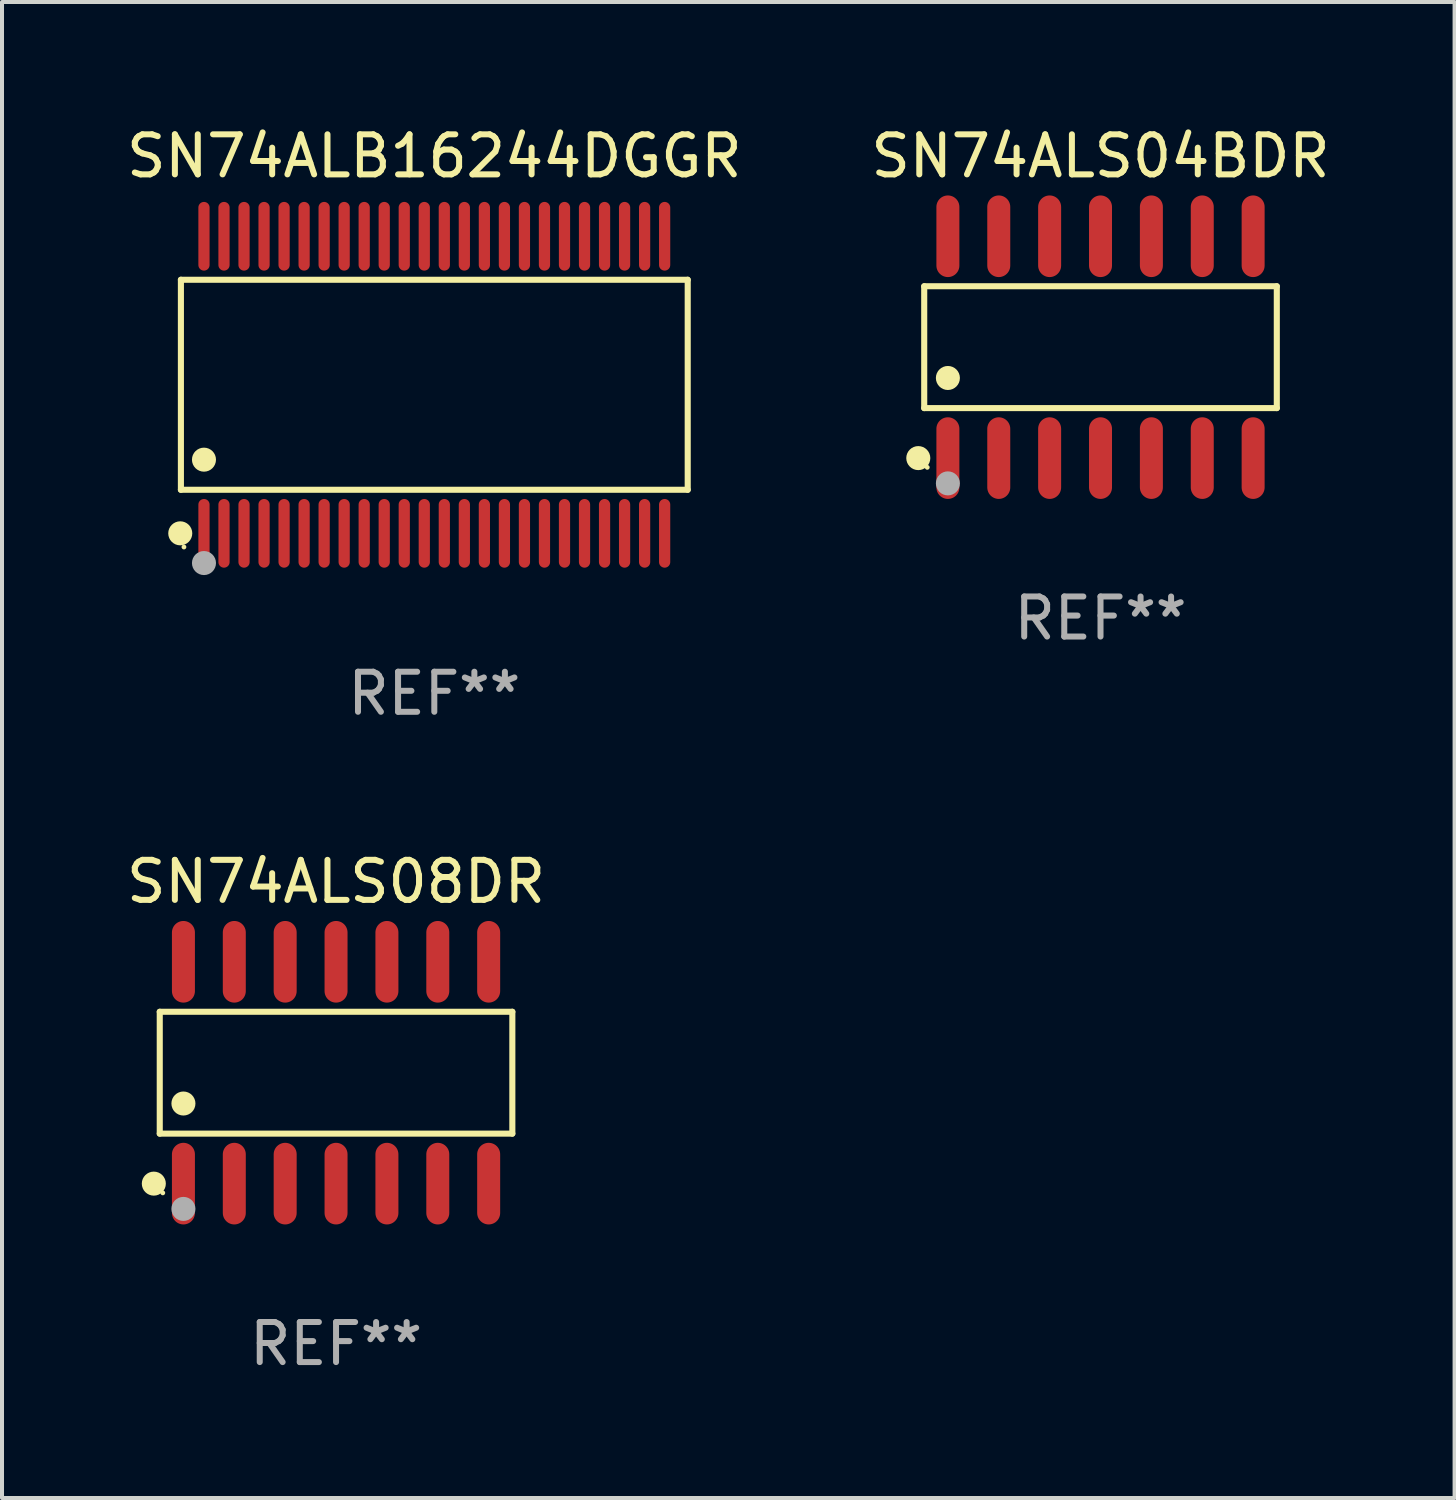
<source format=kicad_pcb>
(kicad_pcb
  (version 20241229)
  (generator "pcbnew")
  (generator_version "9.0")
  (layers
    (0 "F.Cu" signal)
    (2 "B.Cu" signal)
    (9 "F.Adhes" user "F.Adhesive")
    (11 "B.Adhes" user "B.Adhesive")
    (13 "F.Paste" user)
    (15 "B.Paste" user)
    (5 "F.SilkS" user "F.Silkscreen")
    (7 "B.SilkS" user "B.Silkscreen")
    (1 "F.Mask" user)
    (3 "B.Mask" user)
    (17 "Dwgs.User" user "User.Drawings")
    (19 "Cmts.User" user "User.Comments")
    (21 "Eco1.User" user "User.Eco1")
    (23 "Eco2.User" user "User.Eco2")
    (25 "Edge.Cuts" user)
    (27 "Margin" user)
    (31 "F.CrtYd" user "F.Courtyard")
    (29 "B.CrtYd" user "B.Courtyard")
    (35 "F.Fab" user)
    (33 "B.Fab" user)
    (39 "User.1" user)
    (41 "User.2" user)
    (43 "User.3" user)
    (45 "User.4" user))
  (footprint "SN74ALB16244DGGR"
    (layer "F.Cu")
    (at 7.792 6.556)
    (property "Reference" "SN74ALB16244DGGR" (at 0 -5.708 0) (layer "F.SilkS") (effects (font (size 1 1) (thickness 0.15))))
    (attr through_hole)
    (fp_line (start -6.326 -2.622) (end 6.326 -2.622) (stroke (width 0.152) (type solid)) (layer "F.SilkS"))
    (fp_line (start -6.326 2.621) (end -6.326 -2.622) (stroke (width 0.152) (type solid)) (layer "F.SilkS"))
    (fp_line (start 6.326 -2.622) (end 6.326 2.621) (stroke (width 0.152) (type solid)) (layer "F.SilkS"))
    (fp_line (start 6.326 2.621) (end -6.326 2.621) (stroke (width 0.152) (type solid)) (layer "F.SilkS"))
    (fp_circle (center -6.342 3.708) (end -6.192 3.708) (stroke (width 0.3) (type solid)) (fill no) (layer "F.SilkS"))
    (fp_circle (center -6.25 4.05) (end -6.22 4.05) (stroke (width 0.06) (type solid)) (fill no) (layer "F.SilkS"))
    (fp_circle (center -5.75 1.869) (end -5.6 1.869) (stroke (width 0.3) (type solid)) (fill no) (layer "F.SilkS"))
    (fp_circle (center -5.75 4.45) (end -5.6 4.45) (stroke (width 0.3) (type solid)) (fill no) (layer "F.Fab"))
    (fp_text user "REF**" (at 0 7.708 0) (layer "F.Fab") (effects (font (size 1 1) (thickness 0.15))))
    (pad "1" smd oval (at -5.75 3.708) (size 0.28 1.715) (layers "F.Cu" "F.Mask" "F.Paste"))
    (pad "2" smd oval (at -5.25 3.708) (size 0.28 1.715) (layers "F.Cu" "F.Mask" "F.Paste"))
    (pad "3" smd oval (at -4.75 3.708) (size 0.28 1.715) (layers "F.Cu" "F.Mask" "F.Paste"))
    (pad "4" smd oval (at -4.25 3.708) (size 0.28 1.715) (layers "F.Cu" "F.Mask" "F.Paste"))
    (pad "5" smd oval (at -3.75 3.708) (size 0.28 1.715) (layers "F.Cu" "F.Mask" "F.Paste"))
    (pad "6" smd oval (at -3.25 3.708) (size 0.28 1.715) (layers "F.Cu" "F.Mask" "F.Paste"))
    (pad "7" smd oval (at -2.75 3.708) (size 0.28 1.715) (layers "F.Cu" "F.Mask" "F.Paste"))
    (pad "8" smd oval (at -2.25 3.708) (size 0.28 1.715) (layers "F.Cu" "F.Mask" "F.Paste"))
    (pad "9" smd oval (at -1.75 3.708) (size 0.28 1.715) (layers "F.Cu" "F.Mask" "F.Paste"))
    (pad "10" smd oval (at -1.25 3.708) (size 0.28 1.715) (layers "F.Cu" "F.Mask" "F.Paste"))
    (pad "11" smd oval (at -0.75 3.708) (size 0.28 1.715) (layers "F.Cu" "F.Mask" "F.Paste"))
    (pad "12" smd oval (at -0.25 3.708) (size 0.28 1.715) (layers "F.Cu" "F.Mask" "F.Paste"))
    (pad "13" smd oval (at 0.25 3.708) (size 0.28 1.715) (layers "F.Cu" "F.Mask" "F.Paste"))
    (pad "14" smd oval (at 0.75 3.708) (size 0.28 1.715) (layers "F.Cu" "F.Mask" "F.Paste"))
    (pad "15" smd oval (at 1.25 3.708) (size 0.28 1.715) (layers "F.Cu" "F.Mask" "F.Paste"))
    (pad "16" smd oval (at 1.75 3.708) (size 0.28 1.715) (layers "F.Cu" "F.Mask" "F.Paste"))
    (pad "17" smd oval (at 2.25 3.708) (size 0.28 1.715) (layers "F.Cu" "F.Mask" "F.Paste"))
    (pad "18" smd oval (at 2.75 3.708) (size 0.28 1.715) (layers "F.Cu" "F.Mask" "F.Paste"))
    (pad "19" smd oval (at 3.25 3.708) (size 0.28 1.715) (layers "F.Cu" "F.Mask" "F.Paste"))
    (pad "20" smd oval (at 3.75 3.708) (size 0.28 1.715) (layers "F.Cu" "F.Mask" "F.Paste"))
    (pad "21" smd oval (at 4.25 3.708) (size 0.28 1.715) (layers "F.Cu" "F.Mask" "F.Paste"))
    (pad "22" smd oval (at 4.75 3.708) (size 0.28 1.715) (layers "F.Cu" "F.Mask" "F.Paste"))
    (pad "23" smd oval (at 5.25 3.708) (size 0.28 1.715) (layers "F.Cu" "F.Mask" "F.Paste"))
    (pad "24" smd oval (at 5.75 3.708) (size 0.28 1.715) (layers "F.Cu" "F.Mask" "F.Paste"))
    (pad "25" smd oval (at 5.75 -3.708) (size 0.28 1.715) (layers "F.Cu" "F.Mask" "F.Paste"))
    (pad "26" smd oval (at 5.25 -3.708) (size 0.28 1.715) (layers "F.Cu" "F.Mask" "F.Paste"))
    (pad "27" smd oval (at 4.75 -3.708) (size 0.28 1.715) (layers "F.Cu" "F.Mask" "F.Paste"))
    (pad "28" smd oval (at 4.25 -3.708) (size 0.28 1.715) (layers "F.Cu" "F.Mask" "F.Paste"))
    (pad "29" smd oval (at 3.75 -3.708) (size 0.28 1.715) (layers "F.Cu" "F.Mask" "F.Paste"))
    (pad "30" smd oval (at 3.25 -3.708) (size 0.28 1.715) (layers "F.Cu" "F.Mask" "F.Paste"))
    (pad "31" smd oval (at 2.75 -3.708) (size 0.28 1.715) (layers "F.Cu" "F.Mask" "F.Paste"))
    (pad "32" smd oval (at 2.25 -3.708) (size 0.28 1.715) (layers "F.Cu" "F.Mask" "F.Paste"))
    (pad "33" smd oval (at 1.75 -3.708) (size 0.28 1.715) (layers "F.Cu" "F.Mask" "F.Paste"))
    (pad "34" smd oval (at 1.25 -3.708) (size 0.28 1.715) (layers "F.Cu" "F.Mask" "F.Paste"))
    (pad "35" smd oval (at 0.75 -3.708) (size 0.28 1.715) (layers "F.Cu" "F.Mask" "F.Paste"))
    (pad "36" smd oval (at 0.25 -3.708) (size 0.28 1.715) (layers "F.Cu" "F.Mask" "F.Paste"))
    (pad "37" smd oval (at -0.25 -3.708) (size 0.28 1.715) (layers "F.Cu" "F.Mask" "F.Paste"))
    (pad "38" smd oval (at -0.75 -3.708) (size 0.28 1.715) (layers "F.Cu" "F.Mask" "F.Paste"))
    (pad "39" smd oval (at -1.25 -3.708) (size 0.28 1.715) (layers "F.Cu" "F.Mask" "F.Paste"))
    (pad "40" smd oval (at -1.75 -3.708) (size 0.28 1.715) (layers "F.Cu" "F.Mask" "F.Paste"))
    (pad "41" smd oval (at -2.25 -3.708) (size 0.28 1.715) (layers "F.Cu" "F.Mask" "F.Paste"))
    (pad "42" smd oval (at -2.75 -3.708) (size 0.28 1.715) (layers "F.Cu" "F.Mask" "F.Paste"))
    (pad "43" smd oval (at -3.25 -3.708) (size 0.28 1.715) (layers "F.Cu" "F.Mask" "F.Paste"))
    (pad "44" smd oval (at -3.75 -3.708) (size 0.28 1.715) (layers "F.Cu" "F.Mask" "F.Paste"))
    (pad "45" smd oval (at -4.25 -3.708) (size 0.28 1.715) (layers "F.Cu" "F.Mask" "F.Paste"))
    (pad "46" smd oval (at -4.75 -3.708) (size 0.28 1.715) (layers "F.Cu" "F.Mask" "F.Paste"))
    (pad "47" smd oval (at -5.25 -3.708) (size 0.28 1.715) (layers "F.Cu" "F.Mask" "F.Paste"))
    (pad "48" smd oval (at -5.75 -3.708) (size 0.28 1.715) (layers "F.Cu" "F.Mask" "F.Paste")))
  (footprint "SN74ALS04BDR"
    (layer "F.Cu")
    (at 24.423 5.617)
    (property "Reference" "SN74ALS04BDR" (at 0 -4.769 0) (layer "F.SilkS") (effects (font (size 1 1) (thickness 0.15))))
    (attr through_hole)
    (fp_line (start -4.401 -1.521) (end 4.401 -1.521) (stroke (width 0.152) (type solid)) (layer "F.SilkS"))
    (fp_line (start -4.401 1.521) (end -4.401 -1.521) (stroke (width 0.152) (type solid)) (layer "F.SilkS"))
    (fp_line (start 4.401 -1.521) (end 4.401 1.521) (stroke (width 0.152) (type solid)) (layer "F.SilkS"))
    (fp_line (start 4.401 1.521) (end -4.401 1.521) (stroke (width 0.152) (type solid)) (layer "F.SilkS"))
    (fp_circle (center -4.549 2.769) (end -4.399 2.769) (stroke (width 0.3) (type solid)) (fill no) (layer "F.SilkS"))
    (fp_circle (center -4.325 3) (end -4.295 3) (stroke (width 0.06) (type solid)) (fill no) (layer "F.SilkS"))
    (fp_circle (center -3.81 0.769) (end -3.66 0.769) (stroke (width 0.3) (type solid)) (fill no) (layer "F.SilkS"))
    (fp_circle (center -3.81 3.4) (end -3.66 3.4) (stroke (width 0.3) (type solid)) (fill no) (layer "F.Fab"))
    (fp_text user "REF**" (at 0 6.769 0) (layer "F.Fab") (effects (font (size 1 1) (thickness 0.15))))
    (pad "1" smd oval (at -3.81 2.769) (size 0.574 2.038) (layers "F.Cu" "F.Mask" "F.Paste"))
    (pad "2" smd oval (at -2.54 2.769) (size 0.574 2.038) (layers "F.Cu" "F.Mask" "F.Paste"))
    (pad "3" smd oval (at -1.27 2.769) (size 0.574 2.038) (layers "F.Cu" "F.Mask" "F.Paste"))
    (pad "4" smd oval (at 0 2.769) (size 0.574 2.038) (layers "F.Cu" "F.Mask" "F.Paste"))
    (pad "5" smd oval (at 1.27 2.769) (size 0.574 2.038) (layers "F.Cu" "F.Mask" "F.Paste"))
    (pad "6" smd oval (at 2.54 2.769) (size 0.574 2.038) (layers "F.Cu" "F.Mask" "F.Paste"))
    (pad "7" smd oval (at 3.81 2.769) (size 0.574 2.038) (layers "F.Cu" "F.Mask" "F.Paste"))
    (pad "8" smd oval (at 3.81 -2.769) (size 0.574 2.038) (layers "F.Cu" "F.Mask" "F.Paste"))
    (pad "9" smd oval (at 2.54 -2.769) (size 0.574 2.038) (layers "F.Cu" "F.Mask" "F.Paste"))
    (pad "10" smd oval (at 1.27 -2.769) (size 0.574 2.038) (layers "F.Cu" "F.Mask" "F.Paste"))
    (pad "11" smd oval (at 0 -2.769) (size 0.574 2.038) (layers "F.Cu" "F.Mask" "F.Paste"))
    (pad "12" smd oval (at -1.27 -2.769) (size 0.574 2.038) (layers "F.Cu" "F.Mask" "F.Paste"))
    (pad "13" smd oval (at -2.54 -2.769) (size 0.574 2.038) (layers "F.Cu" "F.Mask" "F.Paste"))
    (pad "14" smd oval (at -3.81 -2.769) (size 0.574 2.038) (layers "F.Cu" "F.Mask" "F.Paste")))
  (footprint "SN74ALS08DR"
    (layer "F.Cu")
    (at 5.339 23.729)
    (property "Reference" "SN74ALS08DR" (at 0 -4.769 0) (layer "F.SilkS") (effects (font (size 1 1) (thickness 0.15))))
    (attr through_hole)
    (fp_line (start -4.401 -1.521) (end 4.401 -1.521) (stroke (width 0.152) (type solid)) (layer "F.SilkS"))
    (fp_line (start -4.401 1.521) (end -4.401 -1.521) (stroke (width 0.152) (type solid)) (layer "F.SilkS"))
    (fp_line (start 4.401 -1.521) (end 4.401 1.521) (stroke (width 0.152) (type solid)) (layer "F.SilkS"))
    (fp_line (start 4.401 1.521) (end -4.401 1.521) (stroke (width 0.152) (type solid)) (layer "F.SilkS"))
    (fp_circle (center -4.549 2.769) (end -4.399 2.769) (stroke (width 0.3) (type solid)) (fill no) (layer "F.SilkS"))
    (fp_circle (center -4.325 3) (end -4.295 3) (stroke (width 0.06) (type solid)) (fill no) (layer "F.SilkS"))
    (fp_circle (center -3.81 0.769) (end -3.66 0.769) (stroke (width 0.3) (type solid)) (fill no) (layer "F.SilkS"))
    (fp_circle (center -3.81 3.4) (end -3.66 3.4) (stroke (width 0.3) (type solid)) (fill no) (layer "F.Fab"))
    (fp_text user "REF**" (at 0 6.769 0) (layer "F.Fab") (effects (font (size 1 1) (thickness 0.15))))
    (pad "1" smd oval (at -3.81 2.769) (size 0.574 2.038) (layers "F.Cu" "F.Mask" "F.Paste"))
    (pad "2" smd oval (at -2.54 2.769) (size 0.574 2.038) (layers "F.Cu" "F.Mask" "F.Paste"))
    (pad "3" smd oval (at -1.27 2.769) (size 0.574 2.038) (layers "F.Cu" "F.Mask" "F.Paste"))
    (pad "4" smd oval (at 0 2.769) (size 0.574 2.038) (layers "F.Cu" "F.Mask" "F.Paste"))
    (pad "5" smd oval (at 1.27 2.769) (size 0.574 2.038) (layers "F.Cu" "F.Mask" "F.Paste"))
    (pad "6" smd oval (at 2.54 2.769) (size 0.574 2.038) (layers "F.Cu" "F.Mask" "F.Paste"))
    (pad "7" smd oval (at 3.81 2.769) (size 0.574 2.038) (layers "F.Cu" "F.Mask" "F.Paste"))
    (pad "8" smd oval (at 3.81 -2.769) (size 0.574 2.038) (layers "F.Cu" "F.Mask" "F.Paste"))
    (pad "9" smd oval (at 2.54 -2.769) (size 0.574 2.038) (layers "F.Cu" "F.Mask" "F.Paste"))
    (pad "10" smd oval (at 1.27 -2.769) (size 0.574 2.038) (layers "F.Cu" "F.Mask" "F.Paste"))
    (pad "11" smd oval (at 0 -2.769) (size 0.574 2.038) (layers "F.Cu" "F.Mask" "F.Paste"))
    (pad "12" smd oval (at -1.27 -2.769) (size 0.574 2.038) (layers "F.Cu" "F.Mask" "F.Paste"))
    (pad "13" smd oval (at -2.54 -2.769) (size 0.574 2.038) (layers "F.Cu" "F.Mask" "F.Paste"))
    (pad "14" smd oval (at -3.81 -2.769) (size 0.574 2.038) (layers "F.Cu" "F.Mask" "F.Paste")))
  (gr_rect
    (start -3 -3)
    (end 33.262 34.346)
    (stroke (width 0.1) (type default))
    (fill no)
    (layer "Edge.Cuts")))
</source>
